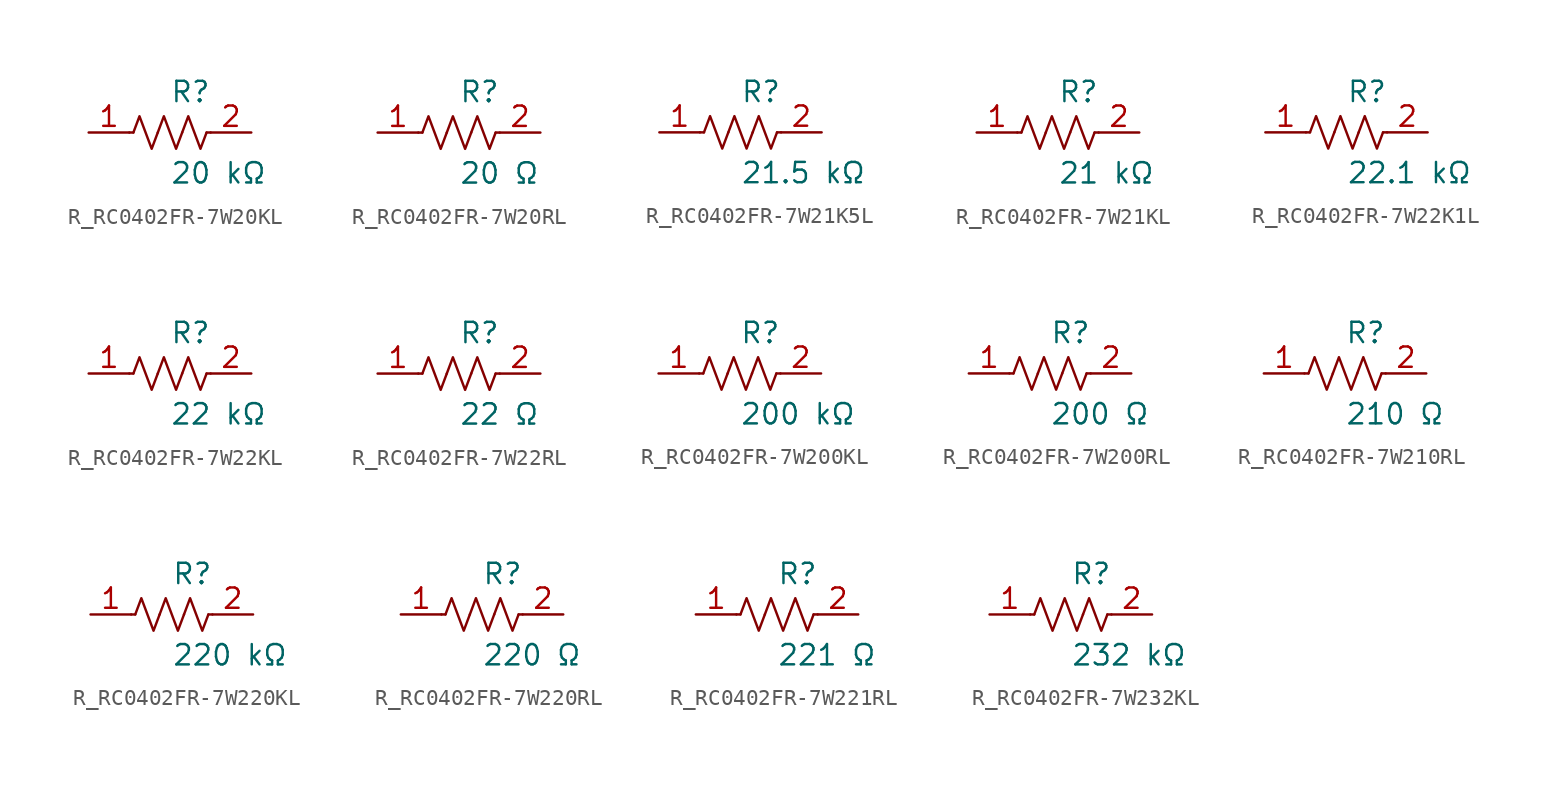
<source format=kicad_sym>
(kicad_symbol_lib
  (version 20231120)
  (generator kicad_symbol_editor)
  (generator_version 8.0)
  (symbol "R_RC0402FR-7W20KL"
    (pin_names
      (offset 0.254))
    (property "Reference" "R"
      (at 0 2.54 0)
      (effects (font (size 1.27 1.27)) (justify left)))
    (property "Value" "20 kΩ"
      (at 0 -2.54 0)
      (effects (font (size 1.27 1.27)) (justify left)))
    (symbol "R_RC0402FR-7W20KL_0_1"
      (polyline (pts (xy 2.286 0) (xy 2.54 0)) (stroke (width 0) (type default)) (fill (type none)))
      (polyline (pts (xy -2.286 0) (xy -2.54 0)) (stroke (width 0) (type default)) (fill (type none)))
      (polyline (pts (xy 0.762 0) (xy 1.143 1.016) (xy 1.524 0) (xy 1.905 -1.016) (xy 2.286 0)) (stroke (width 0) (type default)) (fill (type none)))
      (polyline (pts (xy -0.762 0) (xy -0.381 1.016) (xy 0 0) (xy 0.381 -1.016) (xy 0.762 0)) (stroke (width 0) (type default)) (fill (type none)))
      (polyline (pts (xy -2.286 0) (xy -1.905 1.016) (xy -1.524 0) (xy -1.143 -1.016) (xy -0.762 0)) (stroke (width 0) (type default)) (fill (type none))))
    (pin passive line
      (at -5.08 0 0)
      (length 2.54)
      (name "" (effects (font (size 1.27 1.27))))
      (number "1" (effects (font (size 1.27 1.27)))))
    (pin passive line
      (at 5.08 0 180)
      (length 2.54)
      (name "" (effects (font (size 1.27 1.27))))
      (number "2" (effects (font (size 1.27 1.27))))))
  (symbol "R_RC0402FR-7W20RL"
    (pin_names
      (offset 0.254))
    (property "Reference" "R"
      (at 0 2.54 0)
      (effects (font (size 1.27 1.27)) (justify left)))
    (property "Value" "20 Ω"
      (at 0 -2.54 0)
      (effects (font (size 1.27 1.27)) (justify left)))
    (symbol "R_RC0402FR-7W20RL_0_1"
      (polyline (pts (xy 2.286 0) (xy 2.54 0)) (stroke (width 0) (type default)) (fill (type none)))
      (polyline (pts (xy -2.286 0) (xy -2.54 0)) (stroke (width 0) (type default)) (fill (type none)))
      (polyline (pts (xy 0.762 0) (xy 1.143 1.016) (xy 1.524 0) (xy 1.905 -1.016) (xy 2.286 0)) (stroke (width 0) (type default)) (fill (type none)))
      (polyline (pts (xy -0.762 0) (xy -0.381 1.016) (xy 0 0) (xy 0.381 -1.016) (xy 0.762 0)) (stroke (width 0) (type default)) (fill (type none)))
      (polyline (pts (xy -2.286 0) (xy -1.905 1.016) (xy -1.524 0) (xy -1.143 -1.016) (xy -0.762 0)) (stroke (width 0) (type default)) (fill (type none))))
    (pin passive line
      (at -5.08 0 0)
      (length 2.54)
      (name "" (effects (font (size 1.27 1.27))))
      (number "1" (effects (font (size 1.27 1.27)))))
    (pin passive line
      (at 5.08 0 180)
      (length 2.54)
      (name "" (effects (font (size 1.27 1.27))))
      (number "2" (effects (font (size 1.27 1.27))))))
  (symbol "R_RC0402FR-7W21K5L"
    (pin_names
      (offset 0.254))
    (property "Reference" "R"
      (at 0 2.54 0)
      (effects (font (size 1.27 1.27)) (justify left)))
    (property "Value" "21.5 kΩ"
      (at 0 -2.54 0)
      (effects (font (size 1.27 1.27)) (justify left)))
    (symbol "R_RC0402FR-7W21K5L_0_1"
      (polyline (pts (xy 2.286 0) (xy 2.54 0)) (stroke (width 0) (type default)) (fill (type none)))
      (polyline (pts (xy -2.286 0) (xy -2.54 0)) (stroke (width 0) (type default)) (fill (type none)))
      (polyline (pts (xy 0.762 0) (xy 1.143 1.016) (xy 1.524 0) (xy 1.905 -1.016) (xy 2.286 0)) (stroke (width 0) (type default)) (fill (type none)))
      (polyline (pts (xy -0.762 0) (xy -0.381 1.016) (xy 0 0) (xy 0.381 -1.016) (xy 0.762 0)) (stroke (width 0) (type default)) (fill (type none)))
      (polyline (pts (xy -2.286 0) (xy -1.905 1.016) (xy -1.524 0) (xy -1.143 -1.016) (xy -0.762 0)) (stroke (width 0) (type default)) (fill (type none))))
    (pin passive line
      (at -5.08 0 0)
      (length 2.54)
      (name "" (effects (font (size 1.27 1.27))))
      (number "1" (effects (font (size 1.27 1.27)))))
    (pin passive line
      (at 5.08 0 180)
      (length 2.54)
      (name "" (effects (font (size 1.27 1.27))))
      (number "2" (effects (font (size 1.27 1.27))))))
  (symbol "R_RC0402FR-7W21KL"
    (pin_names
      (offset 0.254))
    (property "Reference" "R"
      (at 0 2.54 0)
      (effects (font (size 1.27 1.27)) (justify left)))
    (property "Value" "21 kΩ"
      (at 0 -2.54 0)
      (effects (font (size 1.27 1.27)) (justify left)))
    (symbol "R_RC0402FR-7W21KL_0_1"
      (polyline (pts (xy 2.286 0) (xy 2.54 0)) (stroke (width 0) (type default)) (fill (type none)))
      (polyline (pts (xy -2.286 0) (xy -2.54 0)) (stroke (width 0) (type default)) (fill (type none)))
      (polyline (pts (xy 0.762 0) (xy 1.143 1.016) (xy 1.524 0) (xy 1.905 -1.016) (xy 2.286 0)) (stroke (width 0) (type default)) (fill (type none)))
      (polyline (pts (xy -0.762 0) (xy -0.381 1.016) (xy 0 0) (xy 0.381 -1.016) (xy 0.762 0)) (stroke (width 0) (type default)) (fill (type none)))
      (polyline (pts (xy -2.286 0) (xy -1.905 1.016) (xy -1.524 0) (xy -1.143 -1.016) (xy -0.762 0)) (stroke (width 0) (type default)) (fill (type none))))
    (pin passive line
      (at -5.08 0 0)
      (length 2.54)
      (name "" (effects (font (size 1.27 1.27))))
      (number "1" (effects (font (size 1.27 1.27)))))
    (pin passive line
      (at 5.08 0 180)
      (length 2.54)
      (name "" (effects (font (size 1.27 1.27))))
      (number "2" (effects (font (size 1.27 1.27))))))
  (symbol "R_RC0402FR-7W22K1L"
    (pin_names
      (offset 0.254))
    (property "Reference" "R"
      (at 0 2.54 0)
      (effects (font (size 1.27 1.27)) (justify left)))
    (property "Value" "22.1 kΩ"
      (at 0 -2.54 0)
      (effects (font (size 1.27 1.27)) (justify left)))
    (symbol "R_RC0402FR-7W22K1L_0_1"
      (polyline (pts (xy 2.286 0) (xy 2.54 0)) (stroke (width 0) (type default)) (fill (type none)))
      (polyline (pts (xy -2.286 0) (xy -2.54 0)) (stroke (width 0) (type default)) (fill (type none)))
      (polyline (pts (xy 0.762 0) (xy 1.143 1.016) (xy 1.524 0) (xy 1.905 -1.016) (xy 2.286 0)) (stroke (width 0) (type default)) (fill (type none)))
      (polyline (pts (xy -0.762 0) (xy -0.381 1.016) (xy 0 0) (xy 0.381 -1.016) (xy 0.762 0)) (stroke (width 0) (type default)) (fill (type none)))
      (polyline (pts (xy -2.286 0) (xy -1.905 1.016) (xy -1.524 0) (xy -1.143 -1.016) (xy -0.762 0)) (stroke (width 0) (type default)) (fill (type none))))
    (pin passive line
      (at -5.08 0 0)
      (length 2.54)
      (name "" (effects (font (size 1.27 1.27))))
      (number "1" (effects (font (size 1.27 1.27)))))
    (pin passive line
      (at 5.08 0 180)
      (length 2.54)
      (name "" (effects (font (size 1.27 1.27))))
      (number "2" (effects (font (size 1.27 1.27))))))
  (symbol "R_RC0402FR-7W22KL"
    (pin_names
      (offset 0.254))
    (property "Reference" "R"
      (at 0 2.54 0)
      (effects (font (size 1.27 1.27)) (justify left)))
    (property "Value" "22 kΩ"
      (at 0 -2.54 0)
      (effects (font (size 1.27 1.27)) (justify left)))
    (symbol "R_RC0402FR-7W22KL_0_1"
      (polyline (pts (xy 2.286 0) (xy 2.54 0)) (stroke (width 0) (type default)) (fill (type none)))
      (polyline (pts (xy -2.286 0) (xy -2.54 0)) (stroke (width 0) (type default)) (fill (type none)))
      (polyline (pts (xy 0.762 0) (xy 1.143 1.016) (xy 1.524 0) (xy 1.905 -1.016) (xy 2.286 0)) (stroke (width 0) (type default)) (fill (type none)))
      (polyline (pts (xy -0.762 0) (xy -0.381 1.016) (xy 0 0) (xy 0.381 -1.016) (xy 0.762 0)) (stroke (width 0) (type default)) (fill (type none)))
      (polyline (pts (xy -2.286 0) (xy -1.905 1.016) (xy -1.524 0) (xy -1.143 -1.016) (xy -0.762 0)) (stroke (width 0) (type default)) (fill (type none))))
    (pin passive line
      (at -5.08 0 0)
      (length 2.54)
      (name "" (effects (font (size 1.27 1.27))))
      (number "1" (effects (font (size 1.27 1.27)))))
    (pin passive line
      (at 5.08 0 180)
      (length 2.54)
      (name "" (effects (font (size 1.27 1.27))))
      (number "2" (effects (font (size 1.27 1.27))))))
  (symbol "R_RC0402FR-7W22RL"
    (pin_names
      (offset 0.254))
    (property "Reference" "R"
      (at 0 2.54 0)
      (effects (font (size 1.27 1.27)) (justify left)))
    (property "Value" "22 Ω"
      (at 0 -2.54 0)
      (effects (font (size 1.27 1.27)) (justify left)))
    (symbol "R_RC0402FR-7W22RL_0_1"
      (polyline (pts (xy 2.286 0) (xy 2.54 0)) (stroke (width 0) (type default)) (fill (type none)))
      (polyline (pts (xy -2.286 0) (xy -2.54 0)) (stroke (width 0) (type default)) (fill (type none)))
      (polyline (pts (xy 0.762 0) (xy 1.143 1.016) (xy 1.524 0) (xy 1.905 -1.016) (xy 2.286 0)) (stroke (width 0) (type default)) (fill (type none)))
      (polyline (pts (xy -0.762 0) (xy -0.381 1.016) (xy 0 0) (xy 0.381 -1.016) (xy 0.762 0)) (stroke (width 0) (type default)) (fill (type none)))
      (polyline (pts (xy -2.286 0) (xy -1.905 1.016) (xy -1.524 0) (xy -1.143 -1.016) (xy -0.762 0)) (stroke (width 0) (type default)) (fill (type none))))
    (pin passive line
      (at -5.08 0 0)
      (length 2.54)
      (name "" (effects (font (size 1.27 1.27))))
      (number "1" (effects (font (size 1.27 1.27)))))
    (pin passive line
      (at 5.08 0 180)
      (length 2.54)
      (name "" (effects (font (size 1.27 1.27))))
      (number "2" (effects (font (size 1.27 1.27))))))
  (symbol "R_RC0402FR-7W200KL"
    (pin_names
      (offset 0.254))
    (property "Reference" "R"
      (at 0 2.54 0)
      (effects (font (size 1.27 1.27)) (justify left)))
    (property "Value" "200 kΩ"
      (at 0 -2.54 0)
      (effects (font (size 1.27 1.27)) (justify left)))
    (symbol "R_RC0402FR-7W200KL_0_1"
      (polyline (pts (xy 2.286 0) (xy 2.54 0)) (stroke (width 0) (type default)) (fill (type none)))
      (polyline (pts (xy -2.286 0) (xy -2.54 0)) (stroke (width 0) (type default)) (fill (type none)))
      (polyline (pts (xy 0.762 0) (xy 1.143 1.016) (xy 1.524 0) (xy 1.905 -1.016) (xy 2.286 0)) (stroke (width 0) (type default)) (fill (type none)))
      (polyline (pts (xy -0.762 0) (xy -0.381 1.016) (xy 0 0) (xy 0.381 -1.016) (xy 0.762 0)) (stroke (width 0) (type default)) (fill (type none)))
      (polyline (pts (xy -2.286 0) (xy -1.905 1.016) (xy -1.524 0) (xy -1.143 -1.016) (xy -0.762 0)) (stroke (width 0) (type default)) (fill (type none))))
    (pin passive line
      (at -5.08 0 0)
      (length 2.54)
      (name "" (effects (font (size 1.27 1.27))))
      (number "1" (effects (font (size 1.27 1.27)))))
    (pin passive line
      (at 5.08 0 180)
      (length 2.54)
      (name "" (effects (font (size 1.27 1.27))))
      (number "2" (effects (font (size 1.27 1.27))))))
  (symbol "R_RC0402FR-7W200RL"
    (pin_names
      (offset 0.254))
    (property "Reference" "R"
      (at 0 2.54 0)
      (effects (font (size 1.27 1.27)) (justify left)))
    (property "Value" "200 Ω"
      (at 0 -2.54 0)
      (effects (font (size 1.27 1.27)) (justify left)))
    (symbol "R_RC0402FR-7W200RL_0_1"
      (polyline (pts (xy 2.286 0) (xy 2.54 0)) (stroke (width 0) (type default)) (fill (type none)))
      (polyline (pts (xy -2.286 0) (xy -2.54 0)) (stroke (width 0) (type default)) (fill (type none)))
      (polyline (pts (xy 0.762 0) (xy 1.143 1.016) (xy 1.524 0) (xy 1.905 -1.016) (xy 2.286 0)) (stroke (width 0) (type default)) (fill (type none)))
      (polyline (pts (xy -0.762 0) (xy -0.381 1.016) (xy 0 0) (xy 0.381 -1.016) (xy 0.762 0)) (stroke (width 0) (type default)) (fill (type none)))
      (polyline (pts (xy -2.286 0) (xy -1.905 1.016) (xy -1.524 0) (xy -1.143 -1.016) (xy -0.762 0)) (stroke (width 0) (type default)) (fill (type none))))
    (pin passive line
      (at -5.08 0 0)
      (length 2.54)
      (name "" (effects (font (size 1.27 1.27))))
      (number "1" (effects (font (size 1.27 1.27)))))
    (pin passive line
      (at 5.08 0 180)
      (length 2.54)
      (name "" (effects (font (size 1.27 1.27))))
      (number "2" (effects (font (size 1.27 1.27))))))
  (symbol "R_RC0402FR-7W210RL"
    (pin_names
      (offset 0.254))
    (property "Reference" "R"
      (at 0 2.54 0)
      (effects (font (size 1.27 1.27)) (justify left)))
    (property "Value" "210 Ω"
      (at 0 -2.54 0)
      (effects (font (size 1.27 1.27)) (justify left)))
    (symbol "R_RC0402FR-7W210RL_0_1"
      (polyline (pts (xy 2.286 0) (xy 2.54 0)) (stroke (width 0) (type default)) (fill (type none)))
      (polyline (pts (xy -2.286 0) (xy -2.54 0)) (stroke (width 0) (type default)) (fill (type none)))
      (polyline (pts (xy 0.762 0) (xy 1.143 1.016) (xy 1.524 0) (xy 1.905 -1.016) (xy 2.286 0)) (stroke (width 0) (type default)) (fill (type none)))
      (polyline (pts (xy -0.762 0) (xy -0.381 1.016) (xy 0 0) (xy 0.381 -1.016) (xy 0.762 0)) (stroke (width 0) (type default)) (fill (type none)))
      (polyline (pts (xy -2.286 0) (xy -1.905 1.016) (xy -1.524 0) (xy -1.143 -1.016) (xy -0.762 0)) (stroke (width 0) (type default)) (fill (type none))))
    (pin passive line
      (at -5.08 0 0)
      (length 2.54)
      (name "" (effects (font (size 1.27 1.27))))
      (number "1" (effects (font (size 1.27 1.27)))))
    (pin passive line
      (at 5.08 0 180)
      (length 2.54)
      (name "" (effects (font (size 1.27 1.27))))
      (number "2" (effects (font (size 1.27 1.27))))))
  (symbol "R_RC0402FR-7W220KL"
    (pin_names
      (offset 0.254))
    (property "Reference" "R"
      (at 0 2.54 0)
      (effects (font (size 1.27 1.27)) (justify left)))
    (property "Value" "220 kΩ"
      (at 0 -2.54 0)
      (effects (font (size 1.27 1.27)) (justify left)))
    (symbol "R_RC0402FR-7W220KL_0_1"
      (polyline (pts (xy 2.286 0) (xy 2.54 0)) (stroke (width 0) (type default)) (fill (type none)))
      (polyline (pts (xy -2.286 0) (xy -2.54 0)) (stroke (width 0) (type default)) (fill (type none)))
      (polyline (pts (xy 0.762 0) (xy 1.143 1.016) (xy 1.524 0) (xy 1.905 -1.016) (xy 2.286 0)) (stroke (width 0) (type default)) (fill (type none)))
      (polyline (pts (xy -0.762 0) (xy -0.381 1.016) (xy 0 0) (xy 0.381 -1.016) (xy 0.762 0)) (stroke (width 0) (type default)) (fill (type none)))
      (polyline (pts (xy -2.286 0) (xy -1.905 1.016) (xy -1.524 0) (xy -1.143 -1.016) (xy -0.762 0)) (stroke (width 0) (type default)) (fill (type none))))
    (pin passive line
      (at -5.08 0 0)
      (length 2.54)
      (name "" (effects (font (size 1.27 1.27))))
      (number "1" (effects (font (size 1.27 1.27)))))
    (pin passive line
      (at 5.08 0 180)
      (length 2.54)
      (name "" (effects (font (size 1.27 1.27))))
      (number "2" (effects (font (size 1.27 1.27))))))
  (symbol "R_RC0402FR-7W220RL"
    (pin_names
      (offset 0.254))
    (property "Reference" "R"
      (at 0 2.54 0)
      (effects (font (size 1.27 1.27)) (justify left)))
    (property "Value" "220 Ω"
      (at 0 -2.54 0)
      (effects (font (size 1.27 1.27)) (justify left)))
    (symbol "R_RC0402FR-7W220RL_0_1"
      (polyline (pts (xy 2.286 0) (xy 2.54 0)) (stroke (width 0) (type default)) (fill (type none)))
      (polyline (pts (xy -2.286 0) (xy -2.54 0)) (stroke (width 0) (type default)) (fill (type none)))
      (polyline (pts (xy 0.762 0) (xy 1.143 1.016) (xy 1.524 0) (xy 1.905 -1.016) (xy 2.286 0)) (stroke (width 0) (type default)) (fill (type none)))
      (polyline (pts (xy -0.762 0) (xy -0.381 1.016) (xy 0 0) (xy 0.381 -1.016) (xy 0.762 0)) (stroke (width 0) (type default)) (fill (type none)))
      (polyline (pts (xy -2.286 0) (xy -1.905 1.016) (xy -1.524 0) (xy -1.143 -1.016) (xy -0.762 0)) (stroke (width 0) (type default)) (fill (type none))))
    (pin passive line
      (at -5.08 0 0)
      (length 2.54)
      (name "" (effects (font (size 1.27 1.27))))
      (number "1" (effects (font (size 1.27 1.27)))))
    (pin passive line
      (at 5.08 0 180)
      (length 2.54)
      (name "" (effects (font (size 1.27 1.27))))
      (number "2" (effects (font (size 1.27 1.27))))))
  (symbol "R_RC0402FR-7W221RL"
    (pin_names
      (offset 0.254))
    (property "Reference" "R"
      (at 0 2.54 0)
      (effects (font (size 1.27 1.27)) (justify left)))
    (property "Value" "221 Ω"
      (at 0 -2.54 0)
      (effects (font (size 1.27 1.27)) (justify left)))
    (symbol "R_RC0402FR-7W221RL_0_1"
      (polyline (pts (xy 2.286 0) (xy 2.54 0)) (stroke (width 0) (type default)) (fill (type none)))
      (polyline (pts (xy -2.286 0) (xy -2.54 0)) (stroke (width 0) (type default)) (fill (type none)))
      (polyline (pts (xy 0.762 0) (xy 1.143 1.016) (xy 1.524 0) (xy 1.905 -1.016) (xy 2.286 0)) (stroke (width 0) (type default)) (fill (type none)))
      (polyline (pts (xy -0.762 0) (xy -0.381 1.016) (xy 0 0) (xy 0.381 -1.016) (xy 0.762 0)) (stroke (width 0) (type default)) (fill (type none)))
      (polyline (pts (xy -2.286 0) (xy -1.905 1.016) (xy -1.524 0) (xy -1.143 -1.016) (xy -0.762 0)) (stroke (width 0) (type default)) (fill (type none))))
    (pin passive line
      (at -5.08 0 0)
      (length 2.54)
      (name "" (effects (font (size 1.27 1.27))))
      (number "1" (effects (font (size 1.27 1.27)))))
    (pin passive line
      (at 5.08 0 180)
      (length 2.54)
      (name "" (effects (font (size 1.27 1.27))))
      (number "2" (effects (font (size 1.27 1.27))))))
  (symbol "R_RC0402FR-7W232KL"
    (pin_names
      (offset 0.254))
    (property "Reference" "R"
      (at 0 2.54 0)
      (effects (font (size 1.27 1.27)) (justify left)))
    (property "Value" "232 kΩ"
      (at 0 -2.54 0)
      (effects (font (size 1.27 1.27)) (justify left)))
    (symbol "R_RC0402FR-7W232KL_0_1"
      (polyline (pts (xy 2.286 0) (xy 2.54 0)) (stroke (width 0) (type default)) (fill (type none)))
      (polyline (pts (xy -2.286 0) (xy -2.54 0)) (stroke (width 0) (type default)) (fill (type none)))
      (polyline (pts (xy 0.762 0) (xy 1.143 1.016) (xy 1.524 0) (xy 1.905 -1.016) (xy 2.286 0)) (stroke (width 0) (type default)) (fill (type none)))
      (polyline (pts (xy -0.762 0) (xy -0.381 1.016) (xy 0 0) (xy 0.381 -1.016) (xy 0.762 0)) (stroke (width 0) (type default)) (fill (type none)))
      (polyline (pts (xy -2.286 0) (xy -1.905 1.016) (xy -1.524 0) (xy -1.143 -1.016) (xy -0.762 0)) (stroke (width 0) (type default)) (fill (type none))))
    (pin passive line
      (at -5.08 0 0)
      (length 2.54)
      (name "" (effects (font (size 1.27 1.27))))
      (number "1" (effects (font (size 1.27 1.27)))))
    (pin passive line
      (at 5.08 0 180)
      (length 2.54)
      (name "" (effects (font (size 1.27 1.27))))
      (number "2" (effects (font (size 1.27 1.27)))))))
</source>
